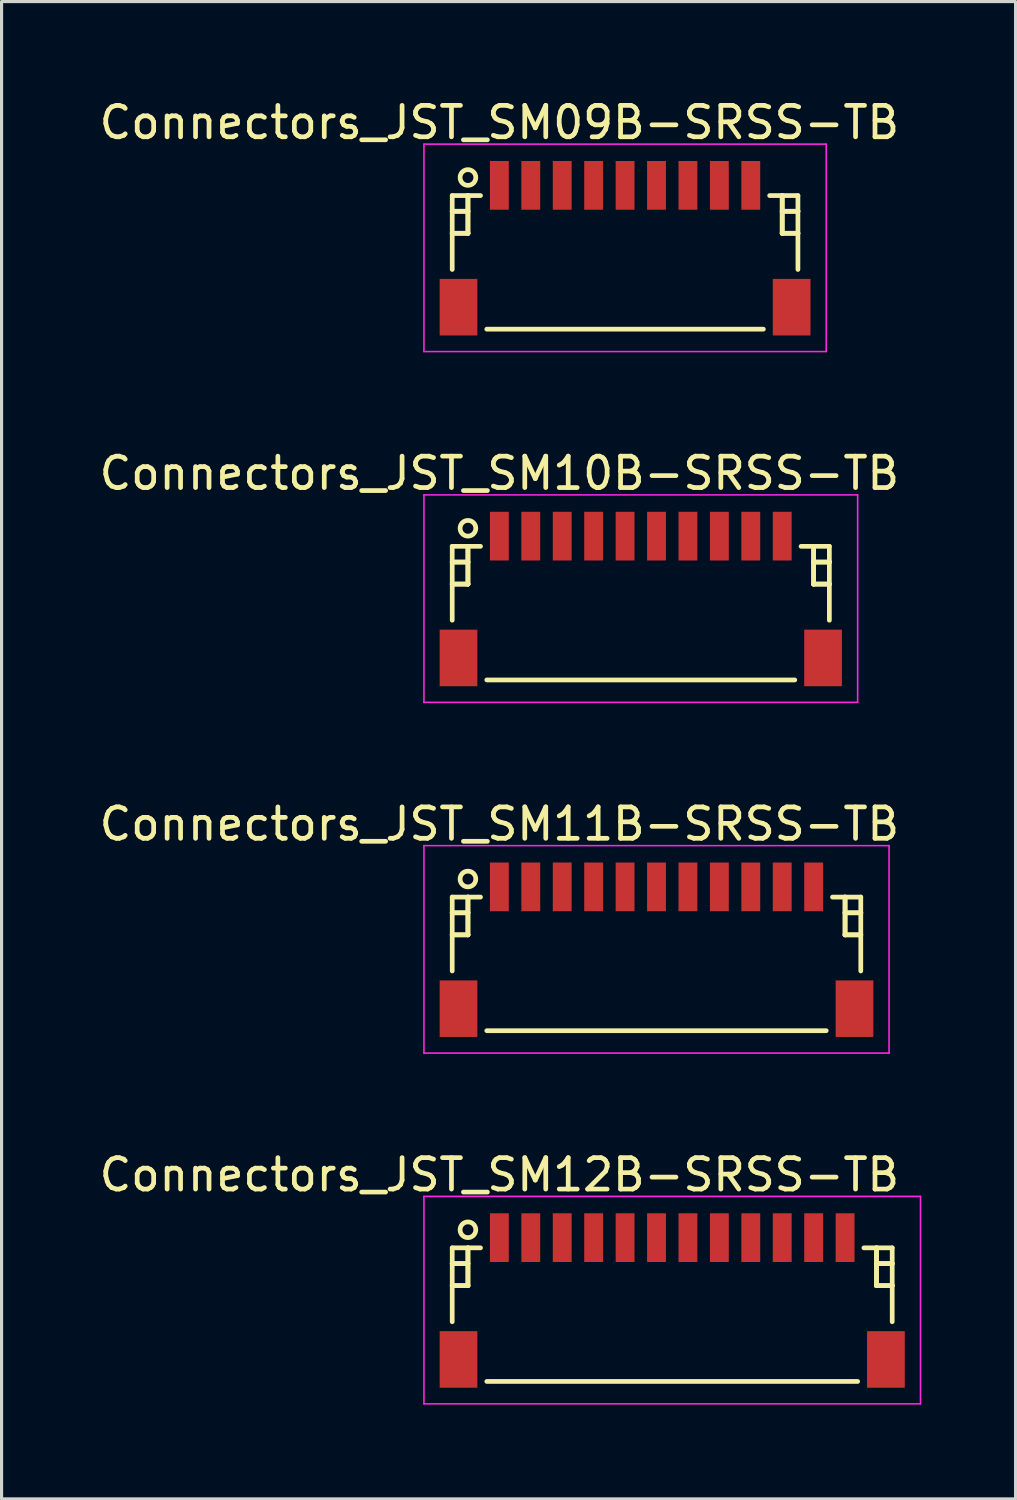
<source format=kicad_pcb>
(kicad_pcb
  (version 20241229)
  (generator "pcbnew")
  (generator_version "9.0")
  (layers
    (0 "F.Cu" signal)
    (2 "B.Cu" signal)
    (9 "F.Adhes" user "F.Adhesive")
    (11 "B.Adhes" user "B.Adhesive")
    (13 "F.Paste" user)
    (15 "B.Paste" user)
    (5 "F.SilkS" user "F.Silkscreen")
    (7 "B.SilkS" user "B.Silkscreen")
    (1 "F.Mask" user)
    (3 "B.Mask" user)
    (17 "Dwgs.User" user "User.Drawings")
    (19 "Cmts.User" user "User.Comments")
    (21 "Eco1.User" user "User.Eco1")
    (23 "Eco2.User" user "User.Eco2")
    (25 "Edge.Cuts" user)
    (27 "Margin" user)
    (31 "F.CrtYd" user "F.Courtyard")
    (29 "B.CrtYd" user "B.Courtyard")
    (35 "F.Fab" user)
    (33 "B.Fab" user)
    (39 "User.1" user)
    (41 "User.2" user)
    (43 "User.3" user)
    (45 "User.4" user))
  (footprint "Connectors_JST_SM11B-SRSS-TB"
    (layer "F.Cu")
    (at 17.839 27.107)
    (property "Reference" "Connectors_JST_SM11B-SRSS-TB" (at -5 -3.938 0) (layer "F.SilkS") (effects (font (size 1 1) (thickness 0.15))))
    (attr smd)
    (fp_line (start -6.5 -1.613) (end -5.6 -1.613) (stroke (width 0.15) (type solid)) (layer "F.SilkS"))
    (fp_line (start -6.5 -1.113) (end -6.5 -1.113) (stroke (width 0.15) (type solid)) (layer "F.SilkS"))
    (fp_line (start -6.5 -1.113) (end -6 -1.113) (stroke (width 0.15) (type solid)) (layer "F.SilkS"))
    (fp_line (start -6.5 -0.412) (end -6.5 -0.412) (stroke (width 0.15) (type solid)) (layer "F.SilkS"))
    (fp_line (start -6.5 -0.412) (end -6 -0.412) (stroke (width 0.15) (type solid)) (layer "F.SilkS"))
    (fp_line (start -6.5 0.738) (end -6.5 -1.613) (stroke (width 0.15) (type solid)) (layer "F.SilkS"))
    (fp_line (start -6 -1.613) (end -6 -1.613) (stroke (width 0.15) (type solid)) (layer "F.SilkS"))
    (fp_line (start -6 -1.613) (end -6 -0.412) (stroke (width 0.15) (type solid)) (layer "F.SilkS"))
    (fp_line (start -6 -1.113) (end -6.5 -1.113) (stroke (width 0.15) (type solid)) (layer "F.SilkS"))
    (fp_line (start -6 -1.113) (end -6 -1.113) (stroke (width 0.15) (type solid)) (layer "F.SilkS"))
    (fp_line (start -6 -0.412) (end -6.5 -0.412) (stroke (width 0.15) (type solid)) (layer "F.SilkS"))
    (fp_line (start -6 -0.412) (end -6 -1.613) (stroke (width 0.15) (type solid)) (layer "F.SilkS"))
    (fp_line (start -6 -0.412) (end -6 -0.412) (stroke (width 0.15) (type solid)) (layer "F.SilkS"))
    (fp_line (start -6 -0.412) (end -6 -0.412) (stroke (width 0.15) (type solid)) (layer "F.SilkS"))
    (fp_line (start -5.4 2.638) (end 5.4 2.638) (stroke (width 0.15) (type solid)) (layer "F.SilkS"))
    (fp_line (start 6 -1.613) (end 6 -1.613) (stroke (width 0.15) (type solid)) (layer "F.SilkS"))
    (fp_line (start 6 -1.613) (end 6 -0.412) (stroke (width 0.15) (type solid)) (layer "F.SilkS"))
    (fp_line (start 6 -1.113) (end 6 -1.113) (stroke (width 0.15) (type solid)) (layer "F.SilkS"))
    (fp_line (start 6 -1.113) (end 6.5 -1.113) (stroke (width 0.15) (type solid)) (layer "F.SilkS"))
    (fp_line (start 6 -0.412) (end 6 -1.613) (stroke (width 0.15) (type solid)) (layer "F.SilkS"))
    (fp_line (start 6 -0.412) (end 6 -0.412) (stroke (width 0.15) (type solid)) (layer "F.SilkS"))
    (fp_line (start 6 -0.412) (end 6 -0.412) (stroke (width 0.15) (type solid)) (layer "F.SilkS"))
    (fp_line (start 6 -0.412) (end 6.5 -0.412) (stroke (width 0.15) (type solid)) (layer "F.SilkS"))
    (fp_line (start 6.5 -1.613) (end 5.6 -1.613) (stroke (width 0.15) (type solid)) (layer "F.SilkS"))
    (fp_line (start 6.5 -1.113) (end 6 -1.113) (stroke (width 0.15) (type solid)) (layer "F.SilkS"))
    (fp_line (start 6.5 -1.113) (end 6.5 -1.113) (stroke (width 0.15) (type solid)) (layer "F.SilkS"))
    (fp_line (start 6.5 -0.412) (end 6 -0.412) (stroke (width 0.15) (type solid)) (layer "F.SilkS"))
    (fp_line (start 6.5 -0.412) (end 6.5 -0.412) (stroke (width 0.15) (type solid)) (layer "F.SilkS"))
    (fp_line (start 6.5 0.738) (end 6.5 -1.613) (stroke (width 0.15) (type solid)) (layer "F.SilkS"))
    (fp_circle (center -6 -2.188) (end -5.75 -2.188) (stroke (width 0.15) (type solid)) (fill no) (layer "F.SilkS"))
    (fp_line (start -7.4 -3.25) (end 7.4 -3.25) (stroke (width 0.05) (type solid)) (layer "F.CrtYd"))
    (fp_line (start -7.4 3.35) (end -7.4 -3.25) (stroke (width 0.05) (type solid)) (layer "F.CrtYd"))
    (fp_line (start 7.4 -3.25) (end 7.4 3.35) (stroke (width 0.05) (type solid)) (layer "F.CrtYd"))
    (fp_line (start 7.4 3.35) (end -7.4 3.35) (stroke (width 0.05) (type solid)) (layer "F.CrtYd"))
    (pad "" smd rect (at -6.3 1.938) (size 1.2 1.8) (layers "F.Cu" "F.Mask" "F.Paste"))
    (pad "" smd rect (at 6.3 1.938) (size 1.2 1.8) (layers "F.Cu" "F.Mask" "F.Paste"))
    (pad "1" smd rect (at -5 -1.938) (size 0.6 1.55) (layers "F.Cu" "F.Mask" "F.Paste"))
    (pad "2" smd rect (at -4 -1.938) (size 0.6 1.55) (layers "F.Cu" "F.Mask" "F.Paste"))
    (pad "3" smd rect (at -3 -1.938) (size 0.6 1.55) (layers "F.Cu" "F.Mask" "F.Paste"))
    (pad "4" smd rect (at -2 -1.938) (size 0.6 1.55) (layers "F.Cu" "F.Mask" "F.Paste"))
    (pad "5" smd rect (at -1 -1.938) (size 0.6 1.55) (layers "F.Cu" "F.Mask" "F.Paste"))
    (pad "6" smd rect (at 0 -1.938) (size 0.6 1.55) (layers "F.Cu" "F.Mask" "F.Paste"))
    (pad "7" smd rect (at 1 -1.938) (size 0.6 1.55) (layers "F.Cu" "F.Mask" "F.Paste"))
    (pad "8" smd rect (at 2 -1.938) (size 0.6 1.55) (layers "F.Cu" "F.Mask" "F.Paste"))
    (pad "9" smd rect (at 3 -1.938) (size 0.6 1.55) (layers "F.Cu" "F.Mask" "F.Paste"))
    (pad "10" smd rect (at 4 -1.938) (size 0.6 1.55) (layers "F.Cu" "F.Mask" "F.Paste"))
    (pad "11" smd rect (at 5 -1.938) (size 0.6 1.55) (layers "F.Cu" "F.Mask" "F.Paste")))
  (footprint "Connectors_JST_SM09B-SRSS-TB"
    (layer "F.Cu")
    (at 16.839 4.786)
    (property "Reference" "Connectors_JST_SM09B-SRSS-TB" (at -4 -3.938 0) (layer "F.SilkS") (effects (font (size 1 1) (thickness 0.15))))
    (attr smd)
    (fp_line (start -5.5 -1.613) (end -4.6 -1.613) (stroke (width 0.15) (type solid)) (layer "F.SilkS"))
    (fp_line (start -5.5 -1.113) (end -5.5 -1.113) (stroke (width 0.15) (type solid)) (layer "F.SilkS"))
    (fp_line (start -5.5 -1.113) (end -5 -1.113) (stroke (width 0.15) (type solid)) (layer "F.SilkS"))
    (fp_line (start -5.5 -0.412) (end -5.5 -0.412) (stroke (width 0.15) (type solid)) (layer "F.SilkS"))
    (fp_line (start -5.5 -0.412) (end -5 -0.412) (stroke (width 0.15) (type solid)) (layer "F.SilkS"))
    (fp_line (start -5.5 0.738) (end -5.5 -1.613) (stroke (width 0.15) (type solid)) (layer "F.SilkS"))
    (fp_line (start -5 -1.613) (end -5 -1.613) (stroke (width 0.15) (type solid)) (layer "F.SilkS"))
    (fp_line (start -5 -1.613) (end -5 -0.412) (stroke (width 0.15) (type solid)) (layer "F.SilkS"))
    (fp_line (start -5 -1.113) (end -5.5 -1.113) (stroke (width 0.15) (type solid)) (layer "F.SilkS"))
    (fp_line (start -5 -1.113) (end -5 -1.113) (stroke (width 0.15) (type solid)) (layer "F.SilkS"))
    (fp_line (start -5 -0.412) (end -5.5 -0.412) (stroke (width 0.15) (type solid)) (layer "F.SilkS"))
    (fp_line (start -5 -0.412) (end -5 -1.613) (stroke (width 0.15) (type solid)) (layer "F.SilkS"))
    (fp_line (start -5 -0.412) (end -5 -0.412) (stroke (width 0.15) (type solid)) (layer "F.SilkS"))
    (fp_line (start -5 -0.412) (end -5 -0.412) (stroke (width 0.15) (type solid)) (layer "F.SilkS"))
    (fp_line (start -4.4 2.638) (end 4.4 2.638) (stroke (width 0.15) (type solid)) (layer "F.SilkS"))
    (fp_line (start 5 -1.613) (end 5 -1.613) (stroke (width 0.15) (type solid)) (layer "F.SilkS"))
    (fp_line (start 5 -1.613) (end 5 -0.412) (stroke (width 0.15) (type solid)) (layer "F.SilkS"))
    (fp_line (start 5 -1.113) (end 5 -1.113) (stroke (width 0.15) (type solid)) (layer "F.SilkS"))
    (fp_line (start 5 -1.113) (end 5.5 -1.113) (stroke (width 0.15) (type solid)) (layer "F.SilkS"))
    (fp_line (start 5 -0.412) (end 5 -1.613) (stroke (width 0.15) (type solid)) (layer "F.SilkS"))
    (fp_line (start 5 -0.412) (end 5 -0.412) (stroke (width 0.15) (type solid)) (layer "F.SilkS"))
    (fp_line (start 5 -0.412) (end 5 -0.412) (stroke (width 0.15) (type solid)) (layer "F.SilkS"))
    (fp_line (start 5 -0.412) (end 5.5 -0.412) (stroke (width 0.15) (type solid)) (layer "F.SilkS"))
    (fp_line (start 5.5 -1.613) (end 4.6 -1.613) (stroke (width 0.15) (type solid)) (layer "F.SilkS"))
    (fp_line (start 5.5 -1.113) (end 5 -1.113) (stroke (width 0.15) (type solid)) (layer "F.SilkS"))
    (fp_line (start 5.5 -1.113) (end 5.5 -1.113) (stroke (width 0.15) (type solid)) (layer "F.SilkS"))
    (fp_line (start 5.5 -0.412) (end 5 -0.412) (stroke (width 0.15) (type solid)) (layer "F.SilkS"))
    (fp_line (start 5.5 -0.412) (end 5.5 -0.412) (stroke (width 0.15) (type solid)) (layer "F.SilkS"))
    (fp_line (start 5.5 0.738) (end 5.5 -1.613) (stroke (width 0.15) (type solid)) (layer "F.SilkS"))
    (fp_circle (center -5 -2.188) (end -4.75 -2.188) (stroke (width 0.15) (type solid)) (fill no) (layer "F.SilkS"))
    (fp_line (start -6.4 -3.25) (end 6.4 -3.25) (stroke (width 0.05) (type solid)) (layer "F.CrtYd"))
    (fp_line (start -6.4 3.35) (end -6.4 -3.25) (stroke (width 0.05) (type solid)) (layer "F.CrtYd"))
    (fp_line (start 6.4 -3.25) (end 6.4 3.35) (stroke (width 0.05) (type solid)) (layer "F.CrtYd"))
    (fp_line (start 6.4 3.35) (end -6.4 3.35) (stroke (width 0.05) (type solid)) (layer "F.CrtYd"))
    (pad "" smd rect (at -5.3 1.938) (size 1.2 1.8) (layers "F.Cu" "F.Mask" "F.Paste"))
    (pad "" smd rect (at 5.3 1.938) (size 1.2 1.8) (layers "F.Cu" "F.Mask" "F.Paste"))
    (pad "1" smd rect (at -4 -1.938) (size 0.6 1.55) (layers "F.Cu" "F.Mask" "F.Paste"))
    (pad "2" smd rect (at -3 -1.938) (size 0.6 1.55) (layers "F.Cu" "F.Mask" "F.Paste"))
    (pad "3" smd rect (at -2 -1.938) (size 0.6 1.55) (layers "F.Cu" "F.Mask" "F.Paste"))
    (pad "4" smd rect (at -1 -1.938) (size 0.6 1.55) (layers "F.Cu" "F.Mask" "F.Paste"))
    (pad "5" smd rect (at 0 -1.938) (size 0.6 1.55) (layers "F.Cu" "F.Mask" "F.Paste"))
    (pad "6" smd rect (at 1 -1.938) (size 0.6 1.55) (layers "F.Cu" "F.Mask" "F.Paste"))
    (pad "7" smd rect (at 2 -1.938) (size 0.6 1.55) (layers "F.Cu" "F.Mask" "F.Paste"))
    (pad "8" smd rect (at 3 -1.938) (size 0.6 1.55) (layers "F.Cu" "F.Mask" "F.Paste"))
    (pad "9" smd rect (at 4 -1.938) (size 0.6 1.55) (layers "F.Cu" "F.Mask" "F.Paste")))
  (footprint "Connectors_JST_SM12B-SRSS-TB"
    (layer "F.Cu")
    (at 18.339 38.268)
    (property "Reference" "Connectors_JST_SM12B-SRSS-TB" (at -5.5 -3.938 0) (layer "F.SilkS") (effects (font (size 1 1) (thickness 0.15))))
    (attr smd)
    (fp_line (start -7 -1.613) (end -6.1 -1.613) (stroke (width 0.15) (type solid)) (layer "F.SilkS"))
    (fp_line (start -7 -1.113) (end -7 -1.113) (stroke (width 0.15) (type solid)) (layer "F.SilkS"))
    (fp_line (start -7 -1.113) (end -6.5 -1.113) (stroke (width 0.15) (type solid)) (layer "F.SilkS"))
    (fp_line (start -7 -0.412) (end -7 -0.412) (stroke (width 0.15) (type solid)) (layer "F.SilkS"))
    (fp_line (start -7 -0.412) (end -6.5 -0.412) (stroke (width 0.15) (type solid)) (layer "F.SilkS"))
    (fp_line (start -7 0.738) (end -7 -1.613) (stroke (width 0.15) (type solid)) (layer "F.SilkS"))
    (fp_line (start -6.5 -1.613) (end -6.5 -1.613) (stroke (width 0.15) (type solid)) (layer "F.SilkS"))
    (fp_line (start -6.5 -1.613) (end -6.5 -0.412) (stroke (width 0.15) (type solid)) (layer "F.SilkS"))
    (fp_line (start -6.5 -1.113) (end -7 -1.113) (stroke (width 0.15) (type solid)) (layer "F.SilkS"))
    (fp_line (start -6.5 -1.113) (end -6.5 -1.113) (stroke (width 0.15) (type solid)) (layer "F.SilkS"))
    (fp_line (start -6.5 -0.412) (end -7 -0.412) (stroke (width 0.15) (type solid)) (layer "F.SilkS"))
    (fp_line (start -6.5 -0.412) (end -6.5 -1.613) (stroke (width 0.15) (type solid)) (layer "F.SilkS"))
    (fp_line (start -6.5 -0.412) (end -6.5 -0.412) (stroke (width 0.15) (type solid)) (layer "F.SilkS"))
    (fp_line (start -6.5 -0.412) (end -6.5 -0.412) (stroke (width 0.15) (type solid)) (layer "F.SilkS"))
    (fp_line (start -5.9 2.638) (end 5.9 2.638) (stroke (width 0.15) (type solid)) (layer "F.SilkS"))
    (fp_line (start 6.5 -1.613) (end 6.5 -1.613) (stroke (width 0.15) (type solid)) (layer "F.SilkS"))
    (fp_line (start 6.5 -1.613) (end 6.5 -0.412) (stroke (width 0.15) (type solid)) (layer "F.SilkS"))
    (fp_line (start 6.5 -1.113) (end 6.5 -1.113) (stroke (width 0.15) (type solid)) (layer "F.SilkS"))
    (fp_line (start 6.5 -1.113) (end 7 -1.113) (stroke (width 0.15) (type solid)) (layer "F.SilkS"))
    (fp_line (start 6.5 -0.412) (end 6.5 -1.613) (stroke (width 0.15) (type solid)) (layer "F.SilkS"))
    (fp_line (start 6.5 -0.412) (end 6.5 -0.412) (stroke (width 0.15) (type solid)) (layer "F.SilkS"))
    (fp_line (start 6.5 -0.412) (end 6.5 -0.412) (stroke (width 0.15) (type solid)) (layer "F.SilkS"))
    (fp_line (start 6.5 -0.412) (end 7 -0.412) (stroke (width 0.15) (type solid)) (layer "F.SilkS"))
    (fp_line (start 7 -1.613) (end 6.1 -1.613) (stroke (width 0.15) (type solid)) (layer "F.SilkS"))
    (fp_line (start 7 -1.113) (end 6.5 -1.113) (stroke (width 0.15) (type solid)) (layer "F.SilkS"))
    (fp_line (start 7 -1.113) (end 7 -1.113) (stroke (width 0.15) (type solid)) (layer "F.SilkS"))
    (fp_line (start 7 -0.412) (end 6.5 -0.412) (stroke (width 0.15) (type solid)) (layer "F.SilkS"))
    (fp_line (start 7 -0.412) (end 7 -0.412) (stroke (width 0.15) (type solid)) (layer "F.SilkS"))
    (fp_line (start 7 0.738) (end 7 -1.613) (stroke (width 0.15) (type solid)) (layer "F.SilkS"))
    (fp_circle (center -6.5 -2.188) (end -6.25 -2.188) (stroke (width 0.15) (type solid)) (fill no) (layer "F.SilkS"))
    (fp_line (start -7.9 -3.25) (end 7.9 -3.25) (stroke (width 0.05) (type solid)) (layer "F.CrtYd"))
    (fp_line (start -7.9 3.35) (end -7.9 -3.25) (stroke (width 0.05) (type solid)) (layer "F.CrtYd"))
    (fp_line (start 7.9 -3.25) (end 7.9 3.35) (stroke (width 0.05) (type solid)) (layer "F.CrtYd"))
    (fp_line (start 7.9 3.35) (end -7.9 3.35) (stroke (width 0.05) (type solid)) (layer "F.CrtYd"))
    (pad "" smd rect (at -6.8 1.938) (size 1.2 1.8) (layers "F.Cu" "F.Mask" "F.Paste"))
    (pad "" smd rect (at 6.8 1.938) (size 1.2 1.8) (layers "F.Cu" "F.Mask" "F.Paste"))
    (pad "1" smd rect (at -5.5 -1.938) (size 0.6 1.55) (layers "F.Cu" "F.Mask" "F.Paste"))
    (pad "2" smd rect (at -4.5 -1.938) (size 0.6 1.55) (layers "F.Cu" "F.Mask" "F.Paste"))
    (pad "3" smd rect (at -3.5 -1.938) (size 0.6 1.55) (layers "F.Cu" "F.Mask" "F.Paste"))
    (pad "4" smd rect (at -2.5 -1.938) (size 0.6 1.55) (layers "F.Cu" "F.Mask" "F.Paste"))
    (pad "5" smd rect (at -1.5 -1.938) (size 0.6 1.55) (layers "F.Cu" "F.Mask" "F.Paste"))
    (pad "6" smd rect (at -0.5 -1.938) (size 0.6 1.55) (layers "F.Cu" "F.Mask" "F.Paste"))
    (pad "7" smd rect (at 0.5 -1.938) (size 0.6 1.55) (layers "F.Cu" "F.Mask" "F.Paste"))
    (pad "8" smd rect (at 1.5 -1.938) (size 0.6 1.55) (layers "F.Cu" "F.Mask" "F.Paste"))
    (pad "9" smd rect (at 2.5 -1.938) (size 0.6 1.55) (layers "F.Cu" "F.Mask" "F.Paste"))
    (pad "10" smd rect (at 3.5 -1.938) (size 0.6 1.55) (layers "F.Cu" "F.Mask" "F.Paste"))
    (pad "11" smd rect (at 4.5 -1.938) (size 0.6 1.55) (layers "F.Cu" "F.Mask" "F.Paste"))
    (pad "12" smd rect (at 5.5 -1.938) (size 0.6 1.55) (layers "F.Cu" "F.Mask" "F.Paste")))
  (footprint "Connectors_JST_SM10B-SRSS-TB"
    (layer "F.Cu")
    (at 17.339 15.947)
    (property "Reference" "Connectors_JST_SM10B-SRSS-TB" (at -4.5 -3.938 0) (layer "F.SilkS") (effects (font (size 1 1) (thickness 0.15))))
    (attr smd)
    (fp_line (start -6 -1.613) (end -5.1 -1.613) (stroke (width 0.15) (type solid)) (layer "F.SilkS"))
    (fp_line (start -6 -1.113) (end -6 -1.113) (stroke (width 0.15) (type solid)) (layer "F.SilkS"))
    (fp_line (start -6 -1.113) (end -5.5 -1.113) (stroke (width 0.15) (type solid)) (layer "F.SilkS"))
    (fp_line (start -6 -0.412) (end -6 -0.412) (stroke (width 0.15) (type solid)) (layer "F.SilkS"))
    (fp_line (start -6 -0.412) (end -5.5 -0.412) (stroke (width 0.15) (type solid)) (layer "F.SilkS"))
    (fp_line (start -6 0.738) (end -6 -1.613) (stroke (width 0.15) (type solid)) (layer "F.SilkS"))
    (fp_line (start -5.5 -1.613) (end -5.5 -1.613) (stroke (width 0.15) (type solid)) (layer "F.SilkS"))
    (fp_line (start -5.5 -1.613) (end -5.5 -0.412) (stroke (width 0.15) (type solid)) (layer "F.SilkS"))
    (fp_line (start -5.5 -1.113) (end -6 -1.113) (stroke (width 0.15) (type solid)) (layer "F.SilkS"))
    (fp_line (start -5.5 -1.113) (end -5.5 -1.113) (stroke (width 0.15) (type solid)) (layer "F.SilkS"))
    (fp_line (start -5.5 -0.412) (end -6 -0.412) (stroke (width 0.15) (type solid)) (layer "F.SilkS"))
    (fp_line (start -5.5 -0.412) (end -5.5 -1.613) (stroke (width 0.15) (type solid)) (layer "F.SilkS"))
    (fp_line (start -5.5 -0.412) (end -5.5 -0.412) (stroke (width 0.15) (type solid)) (layer "F.SilkS"))
    (fp_line (start -5.5 -0.412) (end -5.5 -0.412) (stroke (width 0.15) (type solid)) (layer "F.SilkS"))
    (fp_line (start -4.9 2.638) (end 4.9 2.638) (stroke (width 0.15) (type solid)) (layer "F.SilkS"))
    (fp_line (start 5.5 -1.613) (end 5.5 -1.613) (stroke (width 0.15) (type solid)) (layer "F.SilkS"))
    (fp_line (start 5.5 -1.613) (end 5.5 -0.412) (stroke (width 0.15) (type solid)) (layer "F.SilkS"))
    (fp_line (start 5.5 -1.113) (end 5.5 -1.113) (stroke (width 0.15) (type solid)) (layer "F.SilkS"))
    (fp_line (start 5.5 -1.113) (end 6 -1.113) (stroke (width 0.15) (type solid)) (layer "F.SilkS"))
    (fp_line (start 5.5 -0.412) (end 5.5 -1.613) (stroke (width 0.15) (type solid)) (layer "F.SilkS"))
    (fp_line (start 5.5 -0.412) (end 5.5 -0.412) (stroke (width 0.15) (type solid)) (layer "F.SilkS"))
    (fp_line (start 5.5 -0.412) (end 5.5 -0.412) (stroke (width 0.15) (type solid)) (layer "F.SilkS"))
    (fp_line (start 5.5 -0.412) (end 6 -0.412) (stroke (width 0.15) (type solid)) (layer "F.SilkS"))
    (fp_line (start 6 -1.613) (end 5.1 -1.613) (stroke (width 0.15) (type solid)) (layer "F.SilkS"))
    (fp_line (start 6 -1.113) (end 5.5 -1.113) (stroke (width 0.15) (type solid)) (layer "F.SilkS"))
    (fp_line (start 6 -1.113) (end 6 -1.113) (stroke (width 0.15) (type solid)) (layer "F.SilkS"))
    (fp_line (start 6 -0.412) (end 5.5 -0.412) (stroke (width 0.15) (type solid)) (layer "F.SilkS"))
    (fp_line (start 6 -0.412) (end 6 -0.412) (stroke (width 0.15) (type solid)) (layer "F.SilkS"))
    (fp_line (start 6 0.738) (end 6 -1.613) (stroke (width 0.15) (type solid)) (layer "F.SilkS"))
    (fp_circle (center -5.5 -2.188) (end -5.25 -2.188) (stroke (width 0.15) (type solid)) (fill no) (layer "F.SilkS"))
    (fp_line (start -6.9 -3.25) (end 6.9 -3.25) (stroke (width 0.05) (type solid)) (layer "F.CrtYd"))
    (fp_line (start -6.9 3.35) (end -6.9 -3.25) (stroke (width 0.05) (type solid)) (layer "F.CrtYd"))
    (fp_line (start 6.9 -3.25) (end 6.9 3.35) (stroke (width 0.05) (type solid)) (layer "F.CrtYd"))
    (fp_line (start 6.9 3.35) (end -6.9 3.35) (stroke (width 0.05) (type solid)) (layer "F.CrtYd"))
    (pad "" smd rect (at -5.8 1.938) (size 1.2 1.8) (layers "F.Cu" "F.Mask" "F.Paste"))
    (pad "" smd rect (at 5.8 1.938) (size 1.2 1.8) (layers "F.Cu" "F.Mask" "F.Paste"))
    (pad "1" smd rect (at -4.5 -1.938) (size 0.6 1.55) (layers "F.Cu" "F.Mask" "F.Paste"))
    (pad "2" smd rect (at -3.5 -1.938) (size 0.6 1.55) (layers "F.Cu" "F.Mask" "F.Paste"))
    (pad "3" smd rect (at -2.5 -1.938) (size 0.6 1.55) (layers "F.Cu" "F.Mask" "F.Paste"))
    (pad "4" smd rect (at -1.5 -1.938) (size 0.6 1.55) (layers "F.Cu" "F.Mask" "F.Paste"))
    (pad "5" smd rect (at -0.5 -1.938) (size 0.6 1.55) (layers "F.Cu" "F.Mask" "F.Paste"))
    (pad "6" smd rect (at 0.5 -1.938) (size 0.6 1.55) (layers "F.Cu" "F.Mask" "F.Paste"))
    (pad "7" smd rect (at 1.5 -1.938) (size 0.6 1.55) (layers "F.Cu" "F.Mask" "F.Paste"))
    (pad "8" smd rect (at 2.5 -1.938) (size 0.6 1.55) (layers "F.Cu" "F.Mask" "F.Paste"))
    (pad "9" smd rect (at 3.5 -1.938) (size 0.6 1.55) (layers "F.Cu" "F.Mask" "F.Paste"))
    (pad "10" smd rect (at 4.5 -1.938) (size 0.6 1.55) (layers "F.Cu" "F.Mask" "F.Paste")))
  (gr_rect
    (start -3 -3)
    (end 29.264 44.643)
    (stroke (width 0.1) (type default))
    (fill no)
    (layer "Edge.Cuts")))
</source>
